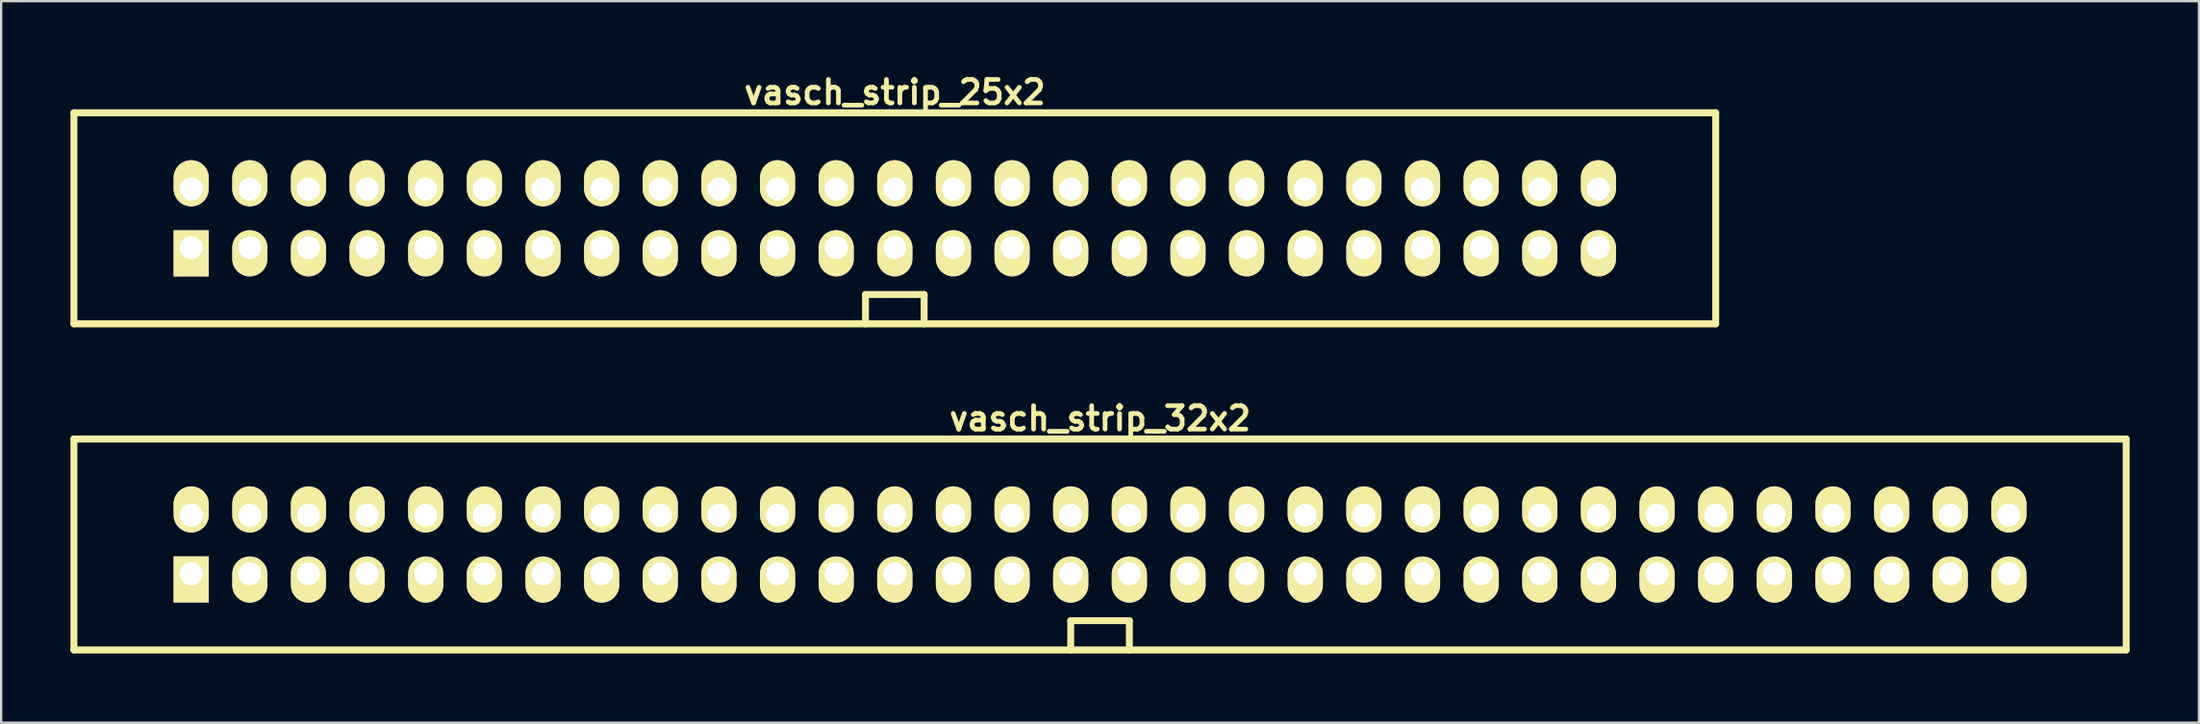
<source format=kicad_pcb>
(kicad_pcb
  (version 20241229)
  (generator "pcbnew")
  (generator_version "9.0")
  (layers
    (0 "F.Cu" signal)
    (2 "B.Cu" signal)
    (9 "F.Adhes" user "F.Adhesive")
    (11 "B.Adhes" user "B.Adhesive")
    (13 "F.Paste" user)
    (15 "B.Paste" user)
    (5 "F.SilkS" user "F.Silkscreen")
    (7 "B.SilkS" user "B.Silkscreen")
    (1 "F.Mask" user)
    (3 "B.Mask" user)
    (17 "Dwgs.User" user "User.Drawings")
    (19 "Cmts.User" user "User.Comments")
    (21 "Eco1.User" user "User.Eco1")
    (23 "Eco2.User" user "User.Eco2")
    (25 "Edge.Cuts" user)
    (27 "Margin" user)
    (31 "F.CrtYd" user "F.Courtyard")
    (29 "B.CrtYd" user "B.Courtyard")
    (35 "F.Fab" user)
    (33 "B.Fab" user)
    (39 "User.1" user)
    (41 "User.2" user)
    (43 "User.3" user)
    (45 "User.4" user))
  (footprint "vasch_strip_25x2"
    (layer "F.Cu")
    (at 35.712 6.412)
    (property "Reference" "vasch_strip_25x2" (at 0 -5.461 0) (layer "F.SilkS") (effects (font (size 1.016 1.016) (thickness 0.203))))
    (attr through_hole)
    (fp_line (start -35.56 -4.572) (end -35.56 4.572) (stroke (width 0.3) (type solid)) (layer "F.SilkS"))
    (fp_line (start -35.56 4.572) (end 35.56 4.572) (stroke (width 0.305) (type solid)) (layer "F.SilkS"))
    (fp_line (start -1.27 3.302) (end -1.27 4.572) (stroke (width 0.3) (type solid)) (layer "F.SilkS"))
    (fp_line (start 1.27 3.302) (end -1.27 3.302) (stroke (width 0.3) (type solid)) (layer "F.SilkS"))
    (fp_line (start 1.27 4.572) (end 1.27 3.302) (stroke (width 0.3) (type solid)) (layer "F.SilkS"))
    (fp_line (start 35.56 -4.572) (end -35.56 -4.572) (stroke (width 0.305) (type solid)) (layer "F.SilkS"))
    (fp_line (start 35.56 -4.572) (end 35.56 4.572) (stroke (width 0.3) (type solid)) (layer "F.SilkS"))
    (pad "1" thru_hole rect (at -30.48 1.27) (size 1.524 1.999) (drill 1.001 (offset 0 0.249)) (layers "*.Cu" "*.Mask" "F.SilkS"))
    (pad "2" thru_hole oval (at -30.48 -1.27) (size 1.524 1.999) (drill 1.001 (offset 0 -0.249)) (layers "*.Cu" "*.Mask" "F.SilkS"))
    (pad "3" thru_hole oval (at -27.94 1.27) (size 1.524 1.999) (drill 1.001 (offset 0 0.246)) (layers "*.Cu" "*.Mask" "F.SilkS"))
    (pad "4" thru_hole oval (at -27.94 -1.27) (size 1.524 1.999) (drill 1.001 (offset 0 -0.249)) (layers "*.Cu" "*.Mask" "F.SilkS"))
    (pad "5" thru_hole oval (at -25.4 1.27) (size 1.524 1.999) (drill 1.001 (offset 0 0.246)) (layers "*.Cu" "*.Mask" "F.SilkS"))
    (pad "6" thru_hole oval (at -25.4 -1.27) (size 1.524 1.999) (drill 1.001 (offset 0 -0.249)) (layers "*.Cu" "*.Mask" "F.SilkS"))
    (pad "7" thru_hole oval (at -22.86 1.27) (size 1.524 1.999) (drill 1.001 (offset 0 0.246)) (layers "*.Cu" "*.Mask" "F.SilkS"))
    (pad "8" thru_hole oval (at -22.86 -1.27) (size 1.524 1.999) (drill 1.001 (offset 0 -0.249)) (layers "*.Cu" "*.Mask" "F.SilkS"))
    (pad "9" thru_hole oval (at -20.32 1.27) (size 1.524 1.999) (drill 1.001 (offset 0 0.246)) (layers "*.Cu" "*.Mask" "F.SilkS"))
    (pad "10" thru_hole oval (at -20.32 -1.27) (size 1.524 1.999) (drill 1.001 (offset 0 -0.249)) (layers "*.Cu" "*.Mask" "F.SilkS"))
    (pad "11" thru_hole oval (at -17.78 1.27) (size 1.524 1.999) (drill 1.001 (offset 0 0.246)) (layers "*.Cu" "*.Mask" "F.SilkS"))
    (pad "12" thru_hole oval (at -17.78 -1.27) (size 1.524 1.999) (drill 1.001 (offset 0 -0.249)) (layers "*.Cu" "*.Mask" "F.SilkS"))
    (pad "13" thru_hole oval (at -15.24 1.27) (size 1.524 1.999) (drill 1.001 (offset 0 0.246)) (layers "*.Cu" "*.Mask" "F.SilkS"))
    (pad "14" thru_hole oval (at -15.24 -1.27) (size 1.524 1.999) (drill 1.001 (offset 0 -0.249)) (layers "*.Cu" "*.Mask" "F.SilkS"))
    (pad "15" thru_hole oval (at -12.7 1.27) (size 1.524 1.999) (drill 1.001 (offset 0 0.246)) (layers "*.Cu" "*.Mask" "F.SilkS"))
    (pad "16" thru_hole oval (at -12.7 -1.27) (size 1.524 1.999) (drill 1.001 (offset 0 -0.249)) (layers "*.Cu" "*.Mask" "F.SilkS"))
    (pad "17" thru_hole oval (at -10.16 1.27) (size 1.524 1.999) (drill 1.001 (offset 0 0.246)) (layers "*.Cu" "*.Mask" "F.SilkS"))
    (pad "18" thru_hole oval (at -10.16 -1.27) (size 1.524 1.999) (drill 1.001 (offset 0 -0.249)) (layers "*.Cu" "*.Mask" "F.SilkS"))
    (pad "19" thru_hole oval (at -7.62 1.27) (size 1.524 1.999) (drill 1.001 (offset 0 0.246)) (layers "*.Cu" "*.Mask" "F.SilkS"))
    (pad "20" thru_hole oval (at -7.62 -1.27) (size 1.524 1.999) (drill 1.001 (offset 0 -0.249)) (layers "*.Cu" "*.Mask" "F.SilkS"))
    (pad "21" thru_hole oval (at -5.08 1.27) (size 1.524 1.999) (drill 1.001 (offset 0 0.246)) (layers "*.Cu" "*.Mask" "F.SilkS"))
    (pad "22" thru_hole oval (at -5.08 -1.27) (size 1.524 1.999) (drill 1.001 (offset 0 -0.249)) (layers "*.Cu" "*.Mask" "F.SilkS"))
    (pad "23" thru_hole oval (at -2.54 1.27) (size 1.524 1.999) (drill 1.001 (offset 0 0.246)) (layers "*.Cu" "*.Mask" "F.SilkS"))
    (pad "24" thru_hole oval (at -2.54 -1.27) (size 1.524 1.999) (drill 1.001 (offset 0 -0.249)) (layers "*.Cu" "*.Mask" "F.SilkS"))
    (pad "25" thru_hole oval (at 0 1.27) (size 1.524 1.999) (drill 1.001 (offset 0 0.246)) (layers "*.Cu" "*.Mask" "F.SilkS"))
    (pad "26" thru_hole oval (at 0 -1.27) (size 1.524 1.999) (drill 1.001 (offset 0 -0.249)) (layers "*.Cu" "*.Mask" "F.SilkS"))
    (pad "27" thru_hole oval (at 2.54 1.27) (size 1.524 1.999) (drill 1.001 (offset 0 0.246)) (layers "*.Cu" "*.Mask" "F.SilkS"))
    (pad "28" thru_hole oval (at 2.54 -1.27) (size 1.524 1.999) (drill 1.001 (offset 0 -0.249)) (layers "*.Cu" "*.Mask" "F.SilkS"))
    (pad "29" thru_hole oval (at 5.08 1.27) (size 1.524 1.999) (drill 1.001 (offset 0 0.246)) (layers "*.Cu" "*.Mask" "F.SilkS"))
    (pad "30" thru_hole oval (at 5.08 -1.27) (size 1.524 1.999) (drill 1.001 (offset 0 -0.249)) (layers "*.Cu" "*.Mask" "F.SilkS"))
    (pad "31" thru_hole oval (at 7.62 1.27) (size 1.524 1.999) (drill 1.001 (offset 0 0.246)) (layers "*.Cu" "*.Mask" "F.SilkS"))
    (pad "32" thru_hole oval (at 7.62 -1.27) (size 1.524 1.999) (drill 1.001 (offset 0 -0.249)) (layers "*.Cu" "*.Mask" "F.SilkS"))
    (pad "33" thru_hole oval (at 10.16 1.27) (size 1.524 1.999) (drill 1.001 (offset 0 0.246)) (layers "*.Cu" "*.Mask" "F.SilkS"))
    (pad "34" thru_hole oval (at 10.16 -1.27) (size 1.524 1.999) (drill 1.001 (offset 0 -0.249)) (layers "*.Cu" "*.Mask" "F.SilkS"))
    (pad "35" thru_hole oval (at 12.7 1.27) (size 1.524 1.999) (drill 1.001 (offset 0 0.246)) (layers "*.Cu" "*.Mask" "F.SilkS"))
    (pad "36" thru_hole oval (at 12.7 -1.27) (size 1.524 1.999) (drill 1.001 (offset 0 -0.249)) (layers "*.Cu" "*.Mask" "F.SilkS"))
    (pad "37" thru_hole oval (at 15.24 1.27) (size 1.524 1.999) (drill 1.001 (offset 0 0.246)) (layers "*.Cu" "*.Mask" "F.SilkS"))
    (pad "38" thru_hole oval (at 15.24 -1.27) (size 1.524 1.999) (drill 1.001 (offset 0 -0.249)) (layers "*.Cu" "*.Mask" "F.SilkS"))
    (pad "39" thru_hole oval (at 17.78 1.27) (size 1.524 1.999) (drill 1.001 (offset 0 0.246)) (layers "*.Cu" "*.Mask" "F.SilkS"))
    (pad "40" thru_hole oval (at 17.78 -1.27) (size 1.524 1.999) (drill 1.001 (offset 0 -0.249)) (layers "*.Cu" "*.Mask" "F.SilkS"))
    (pad "41" thru_hole oval (at 20.32 1.27) (size 1.524 1.999) (drill 1.001 (offset 0 0.246)) (layers "*.Cu" "*.Mask" "F.SilkS"))
    (pad "42" thru_hole oval (at 20.32 -1.27) (size 1.524 1.999) (drill 1.001 (offset 0 -0.249)) (layers "*.Cu" "*.Mask" "F.SilkS"))
    (pad "43" thru_hole oval (at 22.86 1.27) (size 1.524 1.999) (drill 1.001 (offset 0 0.246)) (layers "*.Cu" "*.Mask" "F.SilkS"))
    (pad "44" thru_hole oval (at 22.86 -1.27) (size 1.524 1.999) (drill 1.001 (offset 0 -0.249)) (layers "*.Cu" "*.Mask" "F.SilkS"))
    (pad "45" thru_hole oval (at 25.4 1.27) (size 1.524 1.999) (drill 1.001 (offset 0 0.246)) (layers "*.Cu" "*.Mask" "F.SilkS"))
    (pad "46" thru_hole oval (at 25.4 -1.27) (size 1.524 1.999) (drill 1.001 (offset 0 -0.249)) (layers "*.Cu" "*.Mask" "F.SilkS"))
    (pad "47" thru_hole oval (at 27.94 1.27) (size 1.524 1.999) (drill 1.001 (offset 0 0.246)) (layers "*.Cu" "*.Mask" "F.SilkS"))
    (pad "48" thru_hole oval (at 27.94 -1.27) (size 1.524 1.999) (drill 1.001 (offset 0 -0.249)) (layers "*.Cu" "*.Mask" "F.SilkS"))
    (pad "49" thru_hole oval (at 30.48 1.27) (size 1.524 1.999) (drill 1.001 (offset 0 0.246)) (layers "*.Cu" "*.Mask" "F.SilkS"))
    (pad "50" thru_hole oval (at 30.48 -1.27) (size 1.524 1.999) (drill 1.001 (offset 0 -0.249)) (layers "*.Cu" "*.Mask" "F.SilkS")))
  (footprint "vasch_strip_32x2"
    (layer "F.Cu")
    (at 44.602 20.548)
    (property "Reference" "vasch_strip_32x2" (at 0 -5.461 0) (layer "F.SilkS") (effects (font (size 1.016 1.016) (thickness 0.203))))
    (attr through_hole)
    (fp_line (start -44.45 -4.572) (end -44.45 4.572) (stroke (width 0.3) (type solid)) (layer "F.SilkS"))
    (fp_line (start -44.45 4.572) (end 44.45 4.572) (stroke (width 0.305) (type solid)) (layer "F.SilkS"))
    (fp_line (start -1.27 3.302) (end -1.27 4.572) (stroke (width 0.3) (type solid)) (layer "F.SilkS"))
    (fp_line (start 1.27 3.302) (end -1.27 3.302) (stroke (width 0.3) (type solid)) (layer "F.SilkS"))
    (fp_line (start 1.27 4.572) (end 1.27 3.302) (stroke (width 0.3) (type solid)) (layer "F.SilkS"))
    (fp_line (start 44.45 -4.572) (end -44.45 -4.572) (stroke (width 0.305) (type solid)) (layer "F.SilkS"))
    (fp_line (start 44.45 -4.572) (end 44.45 4.572) (stroke (width 0.3) (type solid)) (layer "F.SilkS"))
    (pad "1" thru_hole rect (at -39.37 1.27) (size 1.524 1.999) (drill 1.001 (offset 0 0.246)) (layers "*.Cu" "*.Mask" "F.SilkS"))
    (pad "2" thru_hole oval (at -39.37 -1.27) (size 1.524 1.999) (drill 1.001 (offset 0 -0.249)) (layers "*.Cu" "*.Mask" "F.SilkS"))
    (pad "3" thru_hole oval (at -36.83 1.27) (size 1.524 1.999) (drill 1.001 (offset 0 0.249)) (layers "*.Cu" "*.Mask" "F.SilkS"))
    (pad "4" thru_hole oval (at -36.83 -1.27) (size 1.524 1.999) (drill 1.001 (offset 0 -0.249)) (layers "*.Cu" "*.Mask" "F.SilkS"))
    (pad "5" thru_hole oval (at -34.29 1.27) (size 1.524 1.999) (drill 1.001 (offset 0 0.249)) (layers "*.Cu" "*.Mask" "F.SilkS"))
    (pad "6" thru_hole oval (at -34.29 -1.27) (size 1.524 1.999) (drill 1.001 (offset 0 -0.249)) (layers "*.Cu" "*.Mask" "F.SilkS"))
    (pad "7" thru_hole oval (at -31.75 1.27) (size 1.524 1.999) (drill 1.001 (offset 0 0.249)) (layers "*.Cu" "*.Mask" "F.SilkS"))
    (pad "8" thru_hole oval (at -31.75 -1.27) (size 1.524 1.999) (drill 1.001 (offset 0 -0.249)) (layers "*.Cu" "*.Mask" "F.SilkS"))
    (pad "9" thru_hole oval (at -29.21 1.27) (size 1.524 1.999) (drill 1.001 (offset 0 0.249)) (layers "*.Cu" "*.Mask" "F.SilkS"))
    (pad "10" thru_hole oval (at -29.21 -1.27) (size 1.524 1.999) (drill 1.001 (offset 0 -0.249)) (layers "*.Cu" "*.Mask" "F.SilkS"))
    (pad "11" thru_hole oval (at -26.67 1.27) (size 1.524 1.999) (drill 1.001 (offset 0 0.249)) (layers "*.Cu" "*.Mask" "F.SilkS"))
    (pad "12" thru_hole oval (at -26.67 -1.27) (size 1.524 1.999) (drill 1.001 (offset 0 -0.249)) (layers "*.Cu" "*.Mask" "F.SilkS"))
    (pad "13" thru_hole oval (at -24.13 1.27) (size 1.524 1.999) (drill 1.001 (offset 0 0.249)) (layers "*.Cu" "*.Mask" "F.SilkS"))
    (pad "14" thru_hole oval (at -24.13 -1.27) (size 1.524 1.999) (drill 1.001 (offset 0 -0.249)) (layers "*.Cu" "*.Mask" "F.SilkS"))
    (pad "15" thru_hole oval (at -21.59 1.27) (size 1.524 1.999) (drill 1.001 (offset 0 0.249)) (layers "*.Cu" "*.Mask" "F.SilkS"))
    (pad "16" thru_hole oval (at -21.59 -1.27) (size 1.524 1.999) (drill 1.001 (offset 0 -0.249)) (layers "*.Cu" "*.Mask" "F.SilkS"))
    (pad "17" thru_hole oval (at -19.05 1.27) (size 1.524 1.999) (drill 1.001 (offset 0 0.249)) (layers "*.Cu" "*.Mask" "F.SilkS"))
    (pad "18" thru_hole oval (at -19.05 -1.27) (size 1.524 1.999) (drill 1.001 (offset 0 -0.249)) (layers "*.Cu" "*.Mask" "F.SilkS"))
    (pad "19" thru_hole oval (at -16.51 1.27) (size 1.524 1.999) (drill 1.001 (offset 0 0.249)) (layers "*.Cu" "*.Mask" "F.SilkS"))
    (pad "20" thru_hole oval (at -16.51 -1.27) (size 1.524 1.999) (drill 1.001 (offset 0 -0.249)) (layers "*.Cu" "*.Mask" "F.SilkS"))
    (pad "21" thru_hole oval (at -13.97 1.27) (size 1.524 1.999) (drill 1.001 (offset 0 0.249)) (layers "*.Cu" "*.Mask" "F.SilkS"))
    (pad "22" thru_hole oval (at -13.97 -1.27) (size 1.524 1.999) (drill 1.001 (offset 0 -0.249)) (layers "*.Cu" "*.Mask" "F.SilkS"))
    (pad "23" thru_hole oval (at -11.43 1.27) (size 1.524 1.999) (drill 1.001 (offset 0 0.249)) (layers "*.Cu" "*.Mask" "F.SilkS"))
    (pad "24" thru_hole oval (at -11.43 -1.27) (size 1.524 1.999) (drill 1.001 (offset 0 -0.249)) (layers "*.Cu" "*.Mask" "F.SilkS"))
    (pad "25" thru_hole oval (at -8.89 1.27) (size 1.524 1.999) (drill 1.001 (offset 0 0.249)) (layers "*.Cu" "*.Mask" "F.SilkS"))
    (pad "26" thru_hole oval (at -8.89 -1.27) (size 1.524 1.999) (drill 1.001 (offset 0 -0.249)) (layers "*.Cu" "*.Mask" "F.SilkS"))
    (pad "27" thru_hole oval (at -6.35 1.27) (size 1.524 1.999) (drill 1.001 (offset 0 0.249)) (layers "*.Cu" "*.Mask" "F.SilkS"))
    (pad "28" thru_hole oval (at -6.35 -1.27) (size 1.524 1.999) (drill 1.001 (offset 0 -0.249)) (layers "*.Cu" "*.Mask" "F.SilkS"))
    (pad "29" thru_hole oval (at -3.81 1.27) (size 1.524 1.999) (drill 1.001 (offset 0 0.249)) (layers "*.Cu" "*.Mask" "F.SilkS"))
    (pad "30" thru_hole oval (at -3.81 -1.27) (size 1.524 1.999) (drill 1.001 (offset 0 -0.249)) (layers "*.Cu" "*.Mask" "F.SilkS"))
    (pad "31" thru_hole oval (at -1.27 1.27) (size 1.524 1.999) (drill 1.001 (offset 0 0.249)) (layers "*.Cu" "*.Mask" "F.SilkS"))
    (pad "32" thru_hole oval (at -1.27 -1.27) (size 1.524 1.999) (drill 1.001 (offset 0 -0.249)) (layers "*.Cu" "*.Mask" "F.SilkS"))
    (pad "33" thru_hole oval (at 1.27 1.27) (size 1.524 1.999) (drill 1.001 (offset 0 0.249)) (layers "*.Cu" "*.Mask" "F.SilkS"))
    (pad "34" thru_hole oval (at 1.27 -1.27) (size 1.524 1.999) (drill 1.001 (offset 0 -0.249)) (layers "*.Cu" "*.Mask" "F.SilkS"))
    (pad "35" thru_hole oval (at 3.81 1.27) (size 1.524 1.999) (drill 1.001 (offset 0 0.249)) (layers "*.Cu" "*.Mask" "F.SilkS"))
    (pad "36" thru_hole oval (at 3.81 -1.27) (size 1.524 1.999) (drill 1.001 (offset 0 -0.249)) (layers "*.Cu" "*.Mask" "F.SilkS"))
    (pad "37" thru_hole oval (at 6.35 1.27) (size 1.524 1.999) (drill 1.001 (offset 0 0.249)) (layers "*.Cu" "*.Mask" "F.SilkS"))
    (pad "38" thru_hole oval (at 6.35 -1.27) (size 1.524 1.999) (drill 1.001 (offset 0 -0.249)) (layers "*.Cu" "*.Mask" "F.SilkS"))
    (pad "39" thru_hole oval (at 8.89 1.27) (size 1.524 1.999) (drill 1.001 (offset 0 0.249)) (layers "*.Cu" "*.Mask" "F.SilkS"))
    (pad "40" thru_hole oval (at 8.89 -1.27) (size 1.524 1.999) (drill 1.001 (offset 0 -0.249)) (layers "*.Cu" "*.Mask" "F.SilkS"))
    (pad "41" thru_hole oval (at 11.43 1.27) (size 1.524 1.999) (drill 1.001 (offset 0 0.249)) (layers "*.Cu" "*.Mask" "F.SilkS"))
    (pad "42" thru_hole oval (at 11.43 -1.27) (size 1.524 1.999) (drill 1.001 (offset 0 -0.249)) (layers "*.Cu" "*.Mask" "F.SilkS"))
    (pad "43" thru_hole oval (at 13.97 1.27) (size 1.524 1.999) (drill 1.001 (offset 0 0.249)) (layers "*.Cu" "*.Mask" "F.SilkS"))
    (pad "44" thru_hole oval (at 13.97 -1.27) (size 1.524 1.999) (drill 1.001 (offset 0 -0.249)) (layers "*.Cu" "*.Mask" "F.SilkS"))
    (pad "45" thru_hole oval (at 16.51 1.27) (size 1.524 1.999) (drill 1.001 (offset 0 0.249)) (layers "*.Cu" "*.Mask" "F.SilkS"))
    (pad "46" thru_hole oval (at 16.51 -1.27) (size 1.524 1.999) (drill 1.001 (offset 0 -0.249)) (layers "*.Cu" "*.Mask" "F.SilkS"))
    (pad "47" thru_hole oval (at 19.05 1.27) (size 1.524 1.999) (drill 1.001 (offset 0 0.249)) (layers "*.Cu" "*.Mask" "F.SilkS"))
    (pad "48" thru_hole oval (at 19.05 -1.27) (size 1.524 1.999) (drill 1.001 (offset 0 -0.249)) (layers "*.Cu" "*.Mask" "F.SilkS"))
    (pad "49" thru_hole oval (at 21.59 1.27) (size 1.524 1.999) (drill 1.001 (offset 0 0.249)) (layers "*.Cu" "*.Mask" "F.SilkS"))
    (pad "50" thru_hole oval (at 21.59 -1.27) (size 1.524 1.999) (drill 1.001 (offset 0 -0.249)) (layers "*.Cu" "*.Mask" "F.SilkS"))
    (pad "51" thru_hole oval (at 24.13 1.27) (size 1.524 1.999) (drill 1.001 (offset 0 0.249)) (layers "*.Cu" "*.Mask" "F.SilkS"))
    (pad "52" thru_hole oval (at 24.13 -1.27) (size 1.524 1.999) (drill 1.001 (offset 0 -0.249)) (layers "*.Cu" "*.Mask" "F.SilkS"))
    (pad "53" thru_hole oval (at 26.67 1.27) (size 1.524 1.999) (drill 1.001 (offset 0 0.249)) (layers "*.Cu" "*.Mask" "F.SilkS"))
    (pad "54" thru_hole oval (at 26.67 -1.27) (size 1.524 1.999) (drill 1.001 (offset 0 -0.249)) (layers "*.Cu" "*.Mask" "F.SilkS"))
    (pad "55" thru_hole oval (at 29.21 1.27) (size 1.524 1.999) (drill 1.001 (offset 0 0.249)) (layers "*.Cu" "*.Mask" "F.SilkS"))
    (pad "56" thru_hole oval (at 29.21 -1.27) (size 1.524 1.999) (drill 1.001 (offset 0 -0.249)) (layers "*.Cu" "*.Mask" "F.SilkS"))
    (pad "57" thru_hole oval (at 31.75 1.27) (size 1.524 1.999) (drill 1.001 (offset 0 0.249)) (layers "*.Cu" "*.Mask" "F.SilkS"))
    (pad "58" thru_hole oval (at 31.75 -1.27) (size 1.524 1.999) (drill 1.001 (offset 0 -0.249)) (layers "*.Cu" "*.Mask" "F.SilkS"))
    (pad "59" thru_hole oval (at 34.29 1.27) (size 1.524 1.999) (drill 1.001 (offset 0 0.249)) (layers "*.Cu" "*.Mask" "F.SilkS"))
    (pad "60" thru_hole oval (at 34.29 -1.27) (size 1.524 1.999) (drill 1.001 (offset 0 -0.249)) (layers "*.Cu" "*.Mask" "F.SilkS"))
    (pad "61" thru_hole oval (at 36.83 1.27) (size 1.524 1.999) (drill 1.001 (offset 0 0.249)) (layers "*.Cu" "*.Mask" "F.SilkS"))
    (pad "62" thru_hole oval (at 36.83 -1.27) (size 1.524 1.999) (drill 1.001 (offset 0 -0.249)) (layers "*.Cu" "*.Mask" "F.SilkS"))
    (pad "63" thru_hole oval (at 39.37 1.27) (size 1.524 1.999) (drill 1.001 (offset 0 0.249)) (layers "*.Cu" "*.Mask" "F.SilkS"))
    (pad "64" thru_hole oval (at 39.37 -1.27) (size 1.524 1.999) (drill 1.001 (offset 0 -0.249)) (layers "*.Cu" "*.Mask" "F.SilkS")))
  (gr_rect
    (start -3 -3)
    (end 92.205 28.273)
    (stroke (width 0.1) (type default))
    (fill no)
    (layer "Edge.Cuts")))
</source>
